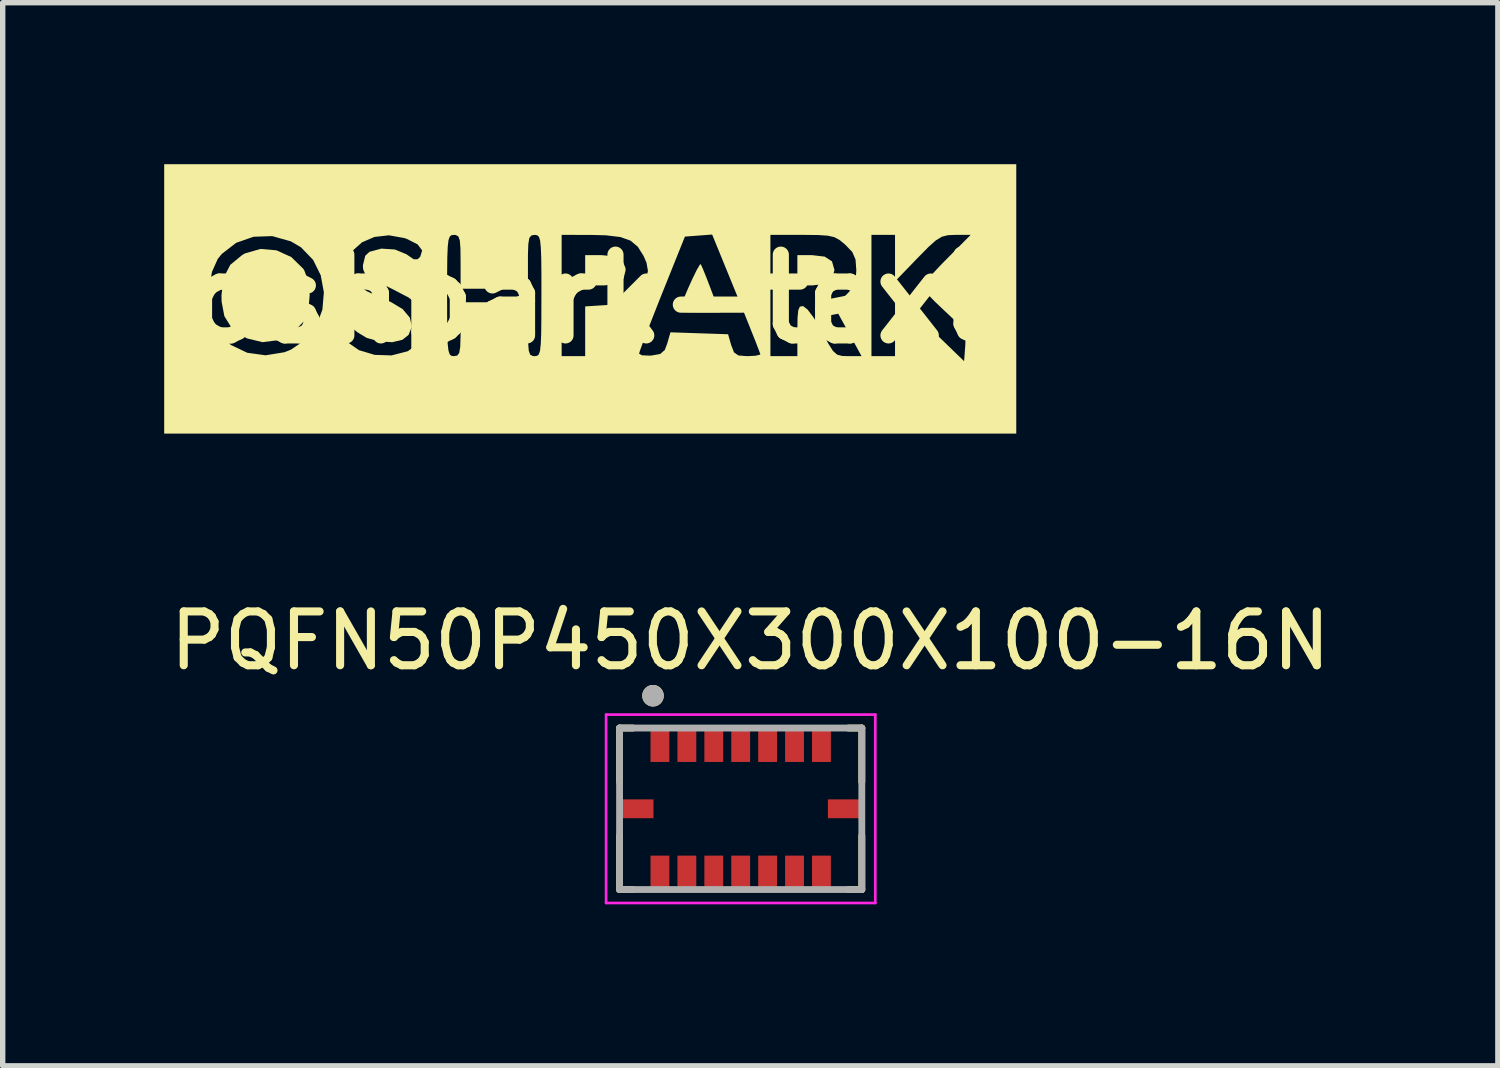
<source format=kicad_pcb>
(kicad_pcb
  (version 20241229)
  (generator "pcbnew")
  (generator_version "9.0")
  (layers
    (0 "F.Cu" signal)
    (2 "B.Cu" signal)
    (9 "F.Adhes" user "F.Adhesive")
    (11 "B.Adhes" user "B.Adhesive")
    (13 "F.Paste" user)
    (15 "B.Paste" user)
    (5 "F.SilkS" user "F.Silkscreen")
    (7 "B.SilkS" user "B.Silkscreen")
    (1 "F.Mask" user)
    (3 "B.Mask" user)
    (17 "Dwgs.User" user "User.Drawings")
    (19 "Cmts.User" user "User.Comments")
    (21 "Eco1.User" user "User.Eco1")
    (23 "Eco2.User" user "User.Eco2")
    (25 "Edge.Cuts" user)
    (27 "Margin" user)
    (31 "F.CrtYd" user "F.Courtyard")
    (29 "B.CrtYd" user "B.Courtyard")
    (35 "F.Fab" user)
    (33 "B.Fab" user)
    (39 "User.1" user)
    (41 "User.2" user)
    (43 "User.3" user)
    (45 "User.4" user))
  (footprint "oshpark-text"
    (layer "F.Cu")
    (at 7.883 2.502)
    (property "Reference" "oshpark-text" (at 0 0 0) (layer "F.SilkS") (effects (font (size 1.5 1.5) (thickness 0.3))))
    (attr board_only exclude_from_pos_files exclude_from_bom)
    (fp_poly (pts (xy 0.485 -0.789) (xy 0.63 -0.712) (xy 0.686 -0.573) (xy 0.688 -0.532) (xy 0.65 -0.377) (xy 0.526 -0.286) (xy 0.303 -0.251) (xy 0.238 -0.25) (xy -0.063 -0.25) (xy -0.063 -0.532) (xy -0.063 -0.813) (xy 0.238 -0.813)) (stroke (width 0) (type solid)) (fill yes) (layer "F.SilkS"))
    (fp_poly (pts (xy 4.386 -0.785) (xy 4.522 -0.697) (xy 4.567 -0.54) (xy 4.567 -0.532) (xy 4.525 -0.372) (xy 4.393 -0.281) (xy 4.16 -0.25) (xy 4.148 -0.25) (xy 3.879 -0.25) (xy 3.879 -0.532) (xy 3.879 -0.813) (xy 4.148 -0.813)) (stroke (width 0) (type solid)) (fill yes) (layer "F.SilkS"))
    (fp_poly (pts (xy 2.122 -0.562) (xy 2.189 -0.396) (xy 2.271 -0.183) (xy 2.276 -0.169) (xy 2.434 0.25) (xy 2.062 0.25) (xy 1.865 0.248) (xy 1.73 0.242) (xy 1.689 0.235) (xy 1.712 0.145) (xy 1.77 -0.009) (xy 1.849 -0.196) (xy 1.934 -0.383) (xy 2.011 -0.54) (xy 2.066 -0.634) (xy 2.083 -0.646)) (stroke (width 0) (type solid)) (fill yes) (layer "F.SilkS"))
    (fp_poly (pts (xy -5.797 -0.902) (xy -5.522 -0.777) (xy -5.302 -0.562) (xy -5.283 -0.535) (xy -5.206 -0.332) (xy -5.18 -0.071) (xy -5.203 0.192) (xy -5.277 0.4) (xy -5.283 0.41) (xy -5.495 0.633) (xy -5.764 0.767) (xy -6.057 0.804) (xy -6.342 0.735) (xy -6.421 0.693) (xy -6.64 0.524) (xy -6.765 0.322) (xy -6.816 0.054) (xy -6.819 -0.068) (xy -6.78 -0.391) (xy -6.655 -0.633) (xy -6.433 -0.816) (xy -6.379 -0.846) (xy -6.093 -0.928)) (stroke (width 0) (type solid)) (fill yes) (layer "F.SilkS"))
    (fp_poly (pts (xy 7.945 0) (xy 7.945 2.502) (xy 0.031 2.502) (xy -7.883 2.502) (xy -7.883 0) (xy -7.883 -0.201) (xy -7.047 -0.201) (xy -7.043 0.123) (xy -6.983 0.42) (xy -6.888 0.617) (xy -6.646 0.855) (xy -6.34 1.001) (xy -5.999 1.048) (xy -5.649 0.991) (xy -5.531 0.944) (xy -5.251 0.756) (xy -5.155 0.63) (xy -4.593 0.63) (xy -4.572 0.703) (xy -4.494 0.793) (xy -4.266 0.952) (xy -3.974 1.04) (xy -3.66 1.05) (xy -3.367 0.975) (xy -3.35 0.967) (xy -3.157 0.822) (xy -3.033 0.621) (xy -3.003 0.469) (xy -3.036 0.287) (xy -3.145 0.127) (xy -3.346 -0.027) (xy -3.415 -0.063) (xy -2.628 -0.063) (xy -2.627 0.338) (xy -2.624 0.63) (xy -2.617 0.831) (xy -2.603 0.958) (xy -2.581 1.028) (xy -2.55 1.057) (xy -2.506 1.064) (xy -2.502 1.064) (xy -2.44 1.053) (xy -2.403 1.005) (xy -2.384 0.894) (xy -2.378 0.695) (xy -2.377 0.563) (xy -2.377 0.063) (xy -1.752 0.063) (xy -1.126 0.063) (xy -1.126 0.563) (xy -1.123 0.812) (xy -1.111 0.962) (xy -1.084 1.037) (xy -1.034 1.062) (xy -1.001 1.064) (xy -0.957 1.058) (xy -0.924 1.031) (xy -0.902 0.965) (xy -0.888 0.842) (xy -0.88 0.647) (xy -0.877 0.362) (xy -0.876 -0.03) (xy -0.876 -0.063) (xy -0.5 -0.063) (xy -0.5 1.064) (xy -0.282 1.064) (xy -0.063 1.064) (xy -0.063 1.018) (xy 0.938 1.018) (xy 0.993 1.048) (xy 1.129 1.054) (xy 1.171 1.052) (xy 1.332 1.023) (xy 1.417 0.948) (xy 1.462 0.827) (xy 1.521 0.621) (xy 2.056 0.639) (xy 2.592 0.657) (xy 2.65 0.86) (xy 2.702 0.994) (xy 2.784 1.051) (xy 2.943 1.064) (xy 2.949 1.064) (xy 3.103 1.056) (xy 3.186 1.036) (xy 3.191 1.029) (xy 3.168 0.964) (xy 3.105 0.8) (xy 3.009 0.559) (xy 2.888 0.257) (xy 2.758 -0.063) (xy 3.378 -0.063) (xy 3.378 1.064) (xy 3.629 1.064) (xy 3.879 1.064) (xy 3.879 0.59) (xy 3.882 0.348) (xy 3.896 0.208) (xy 3.925 0.145) (xy 3.977 0.134) (xy 3.988 0.136) (xy 4.07 0.2) (xy 4.184 0.352) (xy 4.312 0.566) (xy 4.335 0.61) (xy 4.455 0.833) (xy 4.541 0.968) (xy 4.618 1.036) (xy 4.71 1.06) (xy 4.822 1.064) (xy 5.071 1.064) (xy 4.815 0.597) (xy 4.559 0.131) (xy 4.766 -0.055) (xy 4.774 -0.063) (xy 5.255 -0.063) (xy 5.255 1.064) (xy 5.474 1.064) (xy 5.693 1.064) (xy 5.693 0.489) (xy 5.693 -0.086) (xy 6.334 0.536) (xy 6.976 1.157) (xy 6.997 0.876) (xy 7.003 0.738) (xy 6.985 0.633) (xy 6.927 0.533) (xy 6.81 0.407) (xy 6.62 0.228) (xy 6.606 0.215) (xy 6.422 0.04) (xy 6.281 -0.106) (xy 6.203 -0.201) (xy 6.194 -0.221) (xy 6.235 -0.287) (xy 6.347 -0.419) (xy 6.511 -0.596) (xy 6.646 -0.734) (xy 7.098 -1.189) (xy 6.812 -1.189) (xy 6.674 -1.183) (xy 6.564 -1.155) (xy 6.453 -1.088) (xy 6.314 -0.964) (xy 6.119 -0.766) (xy 6.11 -0.757) (xy 5.693 -0.325) (xy 5.693 -0.757) (xy 5.693 -1.189) (xy 5.474 -1.189) (xy 5.255 -1.189) (xy 5.255 -0.063) (xy 4.774 -0.063) (xy 4.899 -0.193) (xy 4.96 -0.332) (xy 4.974 -0.532) (xy 4.959 -0.732) (xy 4.899 -0.871) (xy 4.769 -1.006) (xy 4.667 -1.091) (xy 4.57 -1.145) (xy 4.446 -1.174) (xy 4.263 -1.186) (xy 3.989 -1.189) (xy 3.972 -1.189) (xy 3.378 -1.189) (xy 3.378 -0.063) (xy 2.758 -0.063) (xy 2.749 -0.086) (xy 2.743 -0.1) (xy 2.296 -1.195) (xy 2.043 -1.176) (xy 1.79 -1.157) (xy 1.364 -0.096) (xy 1.229 0.245) (xy 1.111 0.546) (xy 1.018 0.788) (xy 0.958 0.952) (xy 0.938 1.018) (xy -0.063 1.018) (xy -0.063 0.602) (xy -0.063 0.14) (xy 0.341 0.114) (xy 0.641 0.073) (xy 0.847 -0.014) (xy 0.985 -0.166) (xy 1.066 -0.352) (xy 1.103 -0.52) (xy 1.076 -0.673) (xy 1.022 -0.798) (xy 0.916 -0.967) (xy 0.781 -1.081) (xy 0.591 -1.149) (xy 0.321 -1.181) (xy 0.047 -1.188) (xy -0.5 -1.189) (xy -0.5 -0.063) (xy -0.876 -0.063) (xy -0.876 -0.463) (xy -0.879 -0.755) (xy -0.887 -0.956) (xy -0.9 -1.083) (xy -0.922 -1.153) (xy -0.954 -1.182) (xy -0.997 -1.189) (xy -1.001 -1.189) (xy -1.063 -1.178) (xy -1.101 -1.13) (xy -1.119 -1.019) (xy -1.126 -0.82) (xy -1.126 -0.688) (xy -1.126 -0.188) (xy -1.752 -0.188) (xy -2.377 -0.188) (xy -2.377 -0.688) (xy -2.38 -0.938) (xy -2.392 -1.087) (xy -2.42 -1.162) (xy -2.469 -1.187) (xy -2.502 -1.189) (xy -2.547 -1.183) (xy -2.579 -1.156) (xy -2.602 -1.09) (xy -2.616 -0.967) (xy -2.624 -0.772) (xy -2.627 -0.487) (xy -2.628 -0.095) (xy -2.628 -0.063) (xy -3.415 -0.063) (xy -3.654 -0.188) (xy -3.675 -0.198) (xy -3.921 -0.315) (xy -4.073 -0.4) (xy -4.155 -0.472) (xy -4.187 -0.548) (xy -4.192 -0.623) (xy -4.148 -0.801) (xy -4.071 -0.874) (xy -3.848 -0.934) (xy -3.596 -0.917) (xy -3.381 -0.828) (xy -3.362 -0.814) (xy -3.246 -0.735) (xy -3.174 -0.737) (xy -3.127 -0.783) (xy -3.091 -0.9) (xy -3.175 -1.012) (xy -3.375 -1.114) (xy -3.422 -1.13) (xy -3.71 -1.181) (xy -3.978 -1.15) (xy -4.208 -1.051) (xy -4.378 -0.899) (xy -4.469 -0.707) (xy -4.459 -0.488) (xy -4.44 -0.434) (xy -4.38 -0.332) (xy -4.279 -0.239) (xy -4.114 -0.141) (xy -3.865 -0.024) (xy -3.675 0.057) (xy -3.454 0.189) (xy -3.32 0.349) (xy -3.282 0.517) (xy -3.344 0.67) (xy -3.458 0.76) (xy -3.647 0.805) (xy -3.886 0.79) (xy -4.12 0.725) (xy -4.288 0.624) (xy -4.403 0.533) (xy -4.485 0.529) (xy -4.536 0.563) (xy -4.593 0.63) (xy -5.155 0.63) (xy -5.055 0.499) (xy -4.944 0.199) (xy -4.917 -0.122) (xy -4.975 -0.438) (xy -5.117 -0.725) (xy -5.343 -0.959) (xy -5.531 -1.069) (xy -5.876 -1.166) (xy -6.223 -1.154) (xy -6.545 -1.042) (xy -6.812 -0.836) (xy -6.888 -0.742) (xy -6.995 -0.504) (xy -7.047 -0.201) (xy -7.883 -0.201) (xy -7.883 -2.502) (xy 0.031 -2.502) (xy 7.945 -2.502)) (stroke (width 0) (type solid)) (fill yes) (layer "F.SilkS")))
  (footprint "PQFN50P450X300X100-16N"
    (layer "F.Cu")
    (at 10.709 11.974)
    (property "Reference" "PQFN50P450X300X100-16N" (at 0.178 -3.121 0) (layer "F.SilkS") (effects (font (size 1 1) (thickness 0.15))))
    (attr smd)
    (fp_line (start -2.25 -1.5) (end -2 -1.5) (stroke (width 0.127) (type solid)) (layer "F.SilkS"))
    (fp_line (start -2.25 -0.5) (end -2.25 -1.5) (stroke (width 0.127) (type solid)) (layer "F.SilkS"))
    (fp_line (start -2.25 1.5) (end -2.25 0.5) (stroke (width 0.127) (type solid)) (layer "F.SilkS"))
    (fp_line (start -2 1.5) (end -2.25 1.5) (stroke (width 0.127) (type solid)) (layer "F.SilkS"))
    (fp_line (start 2.25 -1.5) (end 2 -1.5) (stroke (width 0.127) (type solid)) (layer "F.SilkS"))
    (fp_line (start 2.25 -0.5) (end 2.25 -1.5) (stroke (width 0.127) (type solid)) (layer "F.SilkS"))
    (fp_line (start 2.25 0.5) (end 2.25 1.5) (stroke (width 0.127) (type solid)) (layer "F.SilkS"))
    (fp_line (start 2.25 1.5) (end 2 1.5) (stroke (width 0.127) (type solid)) (layer "F.SilkS"))
    (fp_circle (center -1.629 -2.1) (end -1.529 -2.1) (stroke (width 0.2) (type solid)) (fill no) (layer "F.SilkS"))
    (fp_line (start -2.5 -1.75) (end 2.5 -1.75) (stroke (width 0.05) (type solid)) (layer "F.CrtYd"))
    (fp_line (start -2.5 1.75) (end -2.5 -1.75) (stroke (width 0.05) (type solid)) (layer "F.CrtYd"))
    (fp_line (start 2.5 -1.75) (end 2.5 1.75) (stroke (width 0.05) (type solid)) (layer "F.CrtYd"))
    (fp_line (start 2.5 1.75) (end -2.5 1.75) (stroke (width 0.05) (type solid)) (layer "F.CrtYd"))
    (fp_line (start -2.25 -1.5) (end 2.25 -1.5) (stroke (width 0.127) (type solid)) (layer "F.Fab"))
    (fp_line (start -2.25 1.5) (end -2.25 -1.5) (stroke (width 0.127) (type solid)) (layer "F.Fab"))
    (fp_line (start 2.25 -1.5) (end 2.25 1.5) (stroke (width 0.127) (type solid)) (layer "F.Fab"))
    (fp_line (start 2.25 1.5) (end -2.25 1.5) (stroke (width 0.127) (type solid)) (layer "F.Fab"))
    (fp_circle (center -1.629 -2.1) (end -1.529 -2.1) (stroke (width 0.2) (type solid)) (fill no) (layer "F.Fab"))
    (pad "1" smd rect (at -1.5 -1.165) (size 0.35 0.59) (layers "F.Cu" "F.Mask" "F.Paste"))
    (pad "2" smd rect (at -1 -1.165) (size 0.35 0.59) (layers "F.Cu" "F.Mask" "F.Paste"))
    (pad "3" smd rect (at -0.5 -1.165) (size 0.35 0.59) (layers "F.Cu" "F.Mask" "F.Paste"))
    (pad "4" smd rect (at 0 -1.165) (size 0.35 0.59) (layers "F.Cu" "F.Mask" "F.Paste"))
    (pad "5" smd rect (at 0.5 -1.165) (size 0.35 0.59) (layers "F.Cu" "F.Mask" "F.Paste"))
    (pad "6" smd rect (at 1 -1.165) (size 0.35 0.59) (layers "F.Cu" "F.Mask" "F.Paste"))
    (pad "7" smd rect (at 1.5 -1.165) (size 0.35 0.59) (layers "F.Cu" "F.Mask" "F.Paste"))
    (pad "8" smd rect (at 1.915 0) (size 0.59 0.35) (layers "F.Cu" "F.Mask" "F.Paste"))
    (pad "9" smd rect (at 1.5 1.165) (size 0.35 0.59) (layers "F.Cu" "F.Mask" "F.Paste"))
    (pad "10" smd rect (at 1 1.165) (size 0.35 0.59) (layers "F.Cu" "F.Mask" "F.Paste"))
    (pad "11" smd rect (at 0.5 1.165) (size 0.35 0.59) (layers "F.Cu" "F.Mask" "F.Paste"))
    (pad "12" smd rect (at 0 1.165) (size 0.35 0.59) (layers "F.Cu" "F.Mask" "F.Paste"))
    (pad "13" smd rect (at -0.5 1.165) (size 0.35 0.59) (layers "F.Cu" "F.Mask" "F.Paste"))
    (pad "14" smd rect (at -1 1.165) (size 0.35 0.59) (layers "F.Cu" "F.Mask" "F.Paste"))
    (pad "15" smd rect (at -1.5 1.165) (size 0.35 0.59) (layers "F.Cu" "F.Mask" "F.Paste"))
    (pad "16" smd rect (at -1.915 0) (size 0.59 0.35) (layers "F.Cu" "F.Mask" "F.Paste")))
  (gr_rect
    (start -3 -3)
    (end 24.774 16.749)
    (stroke (width 0.1) (type default))
    (fill no)
    (layer "Edge.Cuts")))
</source>
